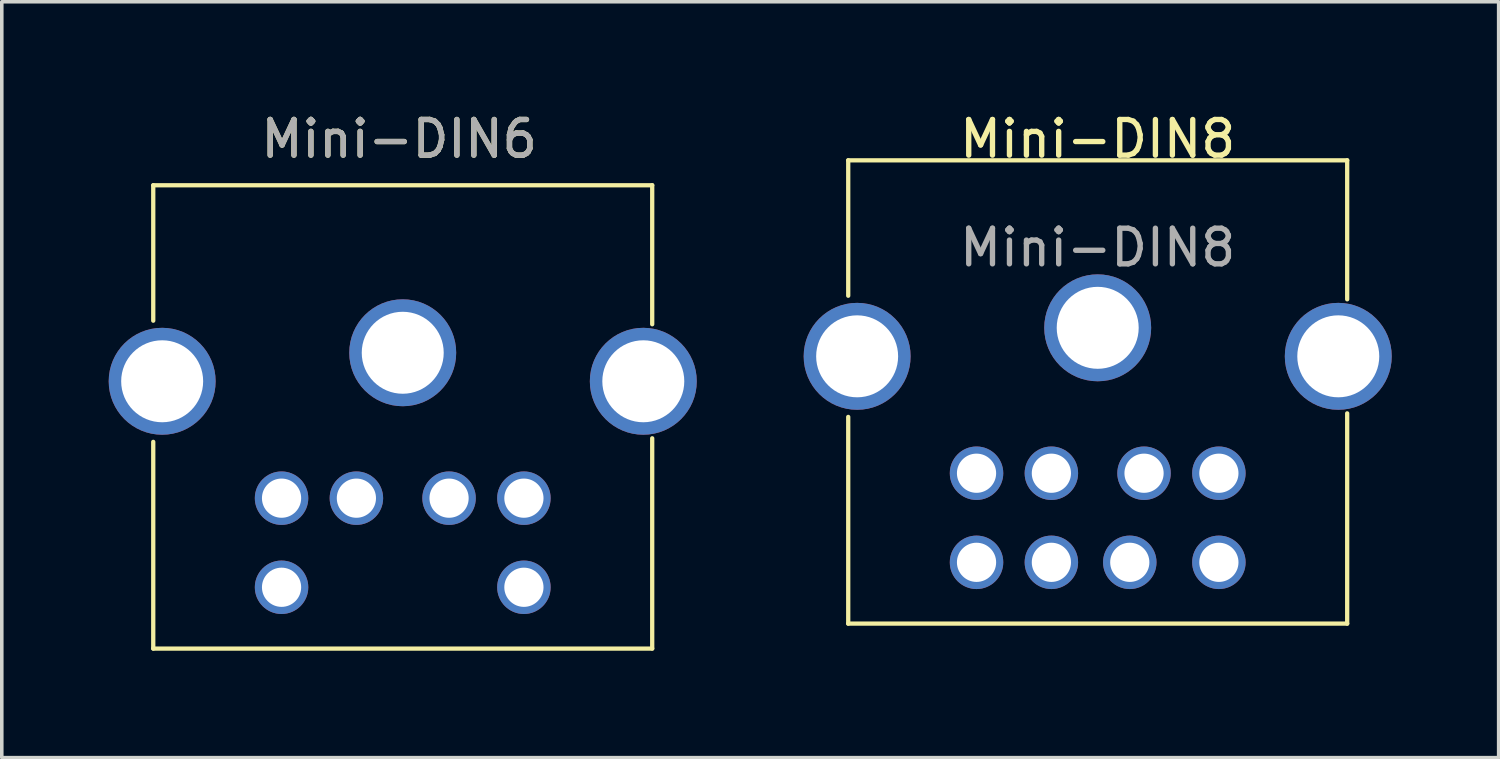
<source format=kicad_pcb>
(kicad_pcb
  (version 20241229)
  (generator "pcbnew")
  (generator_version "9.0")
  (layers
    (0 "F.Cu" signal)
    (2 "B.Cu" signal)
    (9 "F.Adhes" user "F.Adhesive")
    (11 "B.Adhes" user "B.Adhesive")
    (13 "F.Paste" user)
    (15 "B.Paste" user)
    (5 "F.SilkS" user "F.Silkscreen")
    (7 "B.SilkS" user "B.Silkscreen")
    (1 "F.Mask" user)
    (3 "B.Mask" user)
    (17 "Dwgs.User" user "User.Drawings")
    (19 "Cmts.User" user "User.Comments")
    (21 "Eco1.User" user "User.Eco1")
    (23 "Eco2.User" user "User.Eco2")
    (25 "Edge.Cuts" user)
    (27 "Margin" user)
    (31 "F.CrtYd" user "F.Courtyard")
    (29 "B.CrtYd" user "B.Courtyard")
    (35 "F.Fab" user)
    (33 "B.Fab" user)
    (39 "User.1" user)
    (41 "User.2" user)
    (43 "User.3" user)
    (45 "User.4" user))
  (footprint "Mini-DIN8"
    (layer "F.Cu")
    (at 27.75 1.448)
    (property "Reference" "Mini-DIN8" (at 0 -0.6 0) (unlocked yes) (layer "F.SilkS") (effects (font (size 1 1) (thickness 0.15))))
    (attr through_hole)
    (fp_line (start -7 0) (end -7 3.8) (stroke (width 0.12) (type solid)) (layer "F.SilkS"))
    (fp_line (start -7 13) (end -7 7.2) (stroke (width 0.12) (type solid)) (layer "F.SilkS"))
    (fp_line (start -7 13) (end 7 13) (stroke (width 0.12) (type solid)) (layer "F.SilkS"))
    (fp_line (start 7 0) (end -7 0) (stroke (width 0.12) (type solid)) (layer "F.SilkS"))
    (fp_line (start 7 0) (end 7 3.9) (stroke (width 0.12) (type solid)) (layer "F.SilkS"))
    (fp_line (start 7 13) (end 7 7.1) (stroke (width 0.12) (type solid)) (layer "F.SilkS"))
    (fp_text user "${REFERENCE}" (at 0 2.45 0) (unlocked yes) (layer "F.Fab") (effects (font (size 1 1) (thickness 0.15))))
    (pad "1" thru_hole circle (at -1.3 8.78) (size 1.5 1.5) (drill 1.1) (layers "*.Cu" "*.Mask"))
    (pad "2" thru_hole circle (at 1.3 8.78) (size 1.5 1.5) (drill 1.1) (layers "*.Cu" "*.Mask"))
    (pad "3" thru_hole circle (at -6.75 5.5) (size 3 3) (drill 2.3) (layers "*.Cu" "*.Mask"))
    (pad "3" thru_hole circle (at -3.4 8.78) (size 1.5 1.5) (drill 1.1) (layers "*.Cu" "*.Mask"))
    (pad "3" thru_hole circle (at 0 4.7) (size 3 3) (drill 2.3) (layers "*.Cu" "*.Mask"))
    (pad "3" thru_hole circle (at 6.75 5.5) (size 3 3) (drill 2.3) (layers "*.Cu" "*.Mask"))
    (pad "4" thru_hole circle (at -1.3 11.28) (size 1.5 1.5) (drill 1.1) (layers "*.Cu" "*.Mask"))
    (pad "5" thru_hole circle (at 3.4 8.78) (size 1.5 1.5) (drill 1.1) (layers "*.Cu" "*.Mask"))
    (pad "6" thru_hole circle (at -3.4 11.28) (size 1.5 1.5) (drill 1.1) (layers "*.Cu" "*.Mask"))
    (pad "7" thru_hole circle (at 0.9 11.28) (size 1.5 1.5) (drill 1.1) (layers "*.Cu" "*.Mask"))
    (pad "8" thru_hole circle (at 3.4 11.28) (size 1.5 1.5) (drill 1.1) (layers "*.Cu" "*.Mask")))
  (footprint "Mini-DIN6"
    (layer "F.Cu")
    (at 8.25 2.148)
    (property "Reference" "Mini-DIN6" (at -0.1 -1.3 0) (unlocked yes) (layer "F.SilkS") (effects (font (size 1 1) (thickness 0.15))))
    (attr through_hole)
    (fp_line (start -7 0) (end -7 3.8) (stroke (width 0.12) (type solid)) (layer "F.SilkS"))
    (fp_line (start -7 13) (end -7 7.2) (stroke (width 0.12) (type solid)) (layer "F.SilkS"))
    (fp_line (start -7 13) (end 7 13) (stroke (width 0.12) (type solid)) (layer "F.SilkS"))
    (fp_line (start 7 0) (end -7 0) (stroke (width 0.12) (type solid)) (layer "F.SilkS"))
    (fp_line (start 7 0) (end 7 3.9) (stroke (width 0.12) (type solid)) (layer "F.SilkS"))
    (fp_line (start 7 13) (end 7 7.1) (stroke (width 0.12) (type solid)) (layer "F.SilkS"))
    (fp_text user "${REFERENCE}" (at -0.1 -1.3 0) (unlocked yes) (layer "F.Fab") (effects (font (size 1 1) (thickness 0.15))))
    (pad "1" thru_hole circle (at -1.3 8.78) (size 1.5 1.5) (drill 1.1) (layers "*.Cu" "*.Mask"))
    (pad "2" thru_hole circle (at -6.75 5.5) (size 3 3) (drill 2.3) (layers "*.Cu" "*.Mask"))
    (pad "2" thru_hole circle (at 0 4.7) (size 3 3) (drill 2.3) (layers "*.Cu" "*.Mask"))
    (pad "2" thru_hole circle (at 1.3 8.78) (size 1.5 1.5) (drill 1.1) (layers "*.Cu" "*.Mask"))
    (pad "2" thru_hole circle (at 6.75 5.5) (size 3 3) (drill 2.3) (layers "*.Cu" "*.Mask"))
    (pad "3" thru_hole circle (at -3.4 8.78) (size 1.5 1.5) (drill 1.1) (layers "*.Cu" "*.Mask"))
    (pad "4" thru_hole circle (at 3.4 8.78) (size 1.5 1.5) (drill 1.1) (layers "*.Cu" "*.Mask"))
    (pad "5" thru_hole circle (at -3.4 11.28) (size 1.5 1.5) (drill 1.1) (layers "*.Cu" "*.Mask"))
    (pad "6" thru_hole circle (at 3.4 11.28) (size 1.5 1.5) (drill 1.1) (layers "*.Cu" "*.Mask")))
  (gr_rect
    (start -3 -3)
    (end 39 18.208)
    (stroke (width 0.1) (type default))
    (fill no)
    (layer "Edge.Cuts")))
</source>
